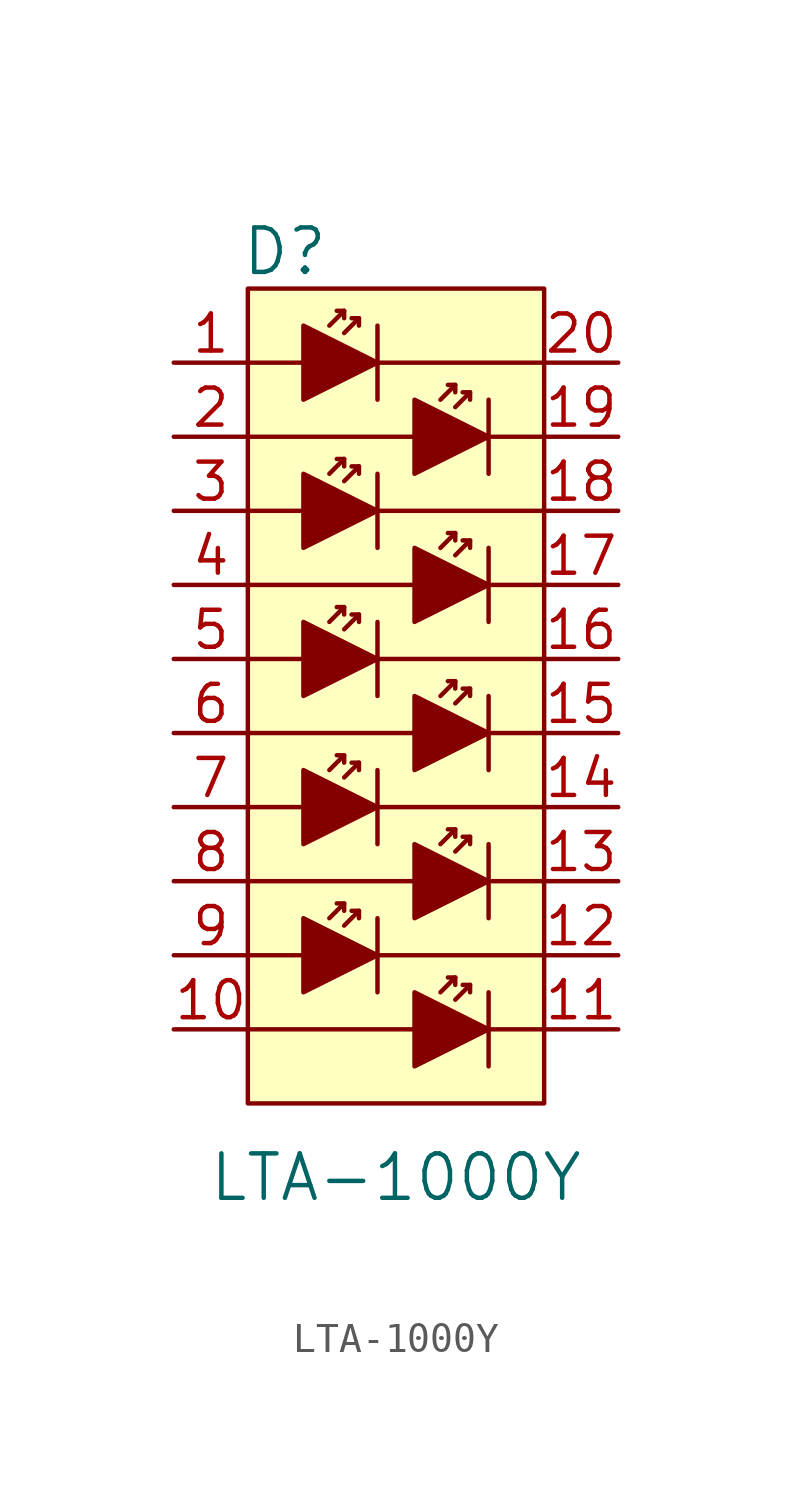
<source format=kicad_sym>
(kicad_symbol_lib
  (version 20201005)
  (generator kicad_symbol_editor)
  (symbol "LTA-1000Y"
    (pin_names
      (offset 0))
    (property "Reference" "D"
      (at -3.81 3.81 0)
      (effects (font (size 1.524 1.524))))
    (property "Value" "LTA-1000Y"
      (at 0 -27.94 0)
      (effects (font (size 1.524 1.524))))
    (symbol "LTA-1000Y_0_1"
      (rectangle (start -5.08 2.54) (end 5.08 -25.4) (stroke (width 0)) (fill (type background)))
      (polyline (pts (xy -5.08 -20.32) (xy -3.175 -20.32)) (stroke (width 0)) (fill (type none)))
      (polyline (pts (xy -5.08 -15.24) (xy -3.175 -15.24)) (stroke (width 0)) (fill (type none)))
      (polyline (pts (xy -5.08 -10.16) (xy -3.175 -10.16)) (stroke (width 0)) (fill (type none)))
      (polyline (pts (xy -5.08 -5.08) (xy -3.175 -5.08)) (stroke (width 0)) (fill (type none)))
      (polyline (pts (xy -3.175 0) (xy -5.08 0)) (stroke (width 0)) (fill (type none)))
      (polyline (pts (xy -1.778 -18.542) (xy -2.286 -19.05)) (stroke (width 0)) (fill (type none)))
      (polyline (pts (xy -1.778 -13.462) (xy -2.286 -13.97)) (stroke (width 0)) (fill (type none)))
      (polyline (pts (xy -1.778 -8.382) (xy -2.286 -8.89)) (stroke (width 0)) (fill (type none)))
      (polyline (pts (xy -1.778 -3.302) (xy -2.286 -3.81)) (stroke (width 0)) (fill (type none)))
      (polyline (pts (xy -1.778 1.778) (xy -2.286 1.27)) (stroke (width 0)) (fill (type none)))
      (polyline (pts (xy -1.27 -18.796) (xy -1.778 -19.304)) (stroke (width 0)) (fill (type none)))
      (polyline (pts (xy -1.27 -13.716) (xy -1.778 -14.224)) (stroke (width 0)) (fill (type none)))
      (polyline (pts (xy -1.27 -8.636) (xy -1.778 -9.144)) (stroke (width 0)) (fill (type none)))
      (polyline (pts (xy -1.27 -3.556) (xy -1.778 -4.064)) (stroke (width 0)) (fill (type none)))
      (polyline (pts (xy -1.27 1.524) (xy -1.778 1.016)) (stroke (width 0)) (fill (type none)))
      (polyline (pts (xy -0.635 -21.59) (xy -0.635 -19.05)) (stroke (width 0)) (fill (type none)))
      (polyline (pts (xy -0.635 -20.32) (xy 5.08 -20.32)) (stroke (width 0)) (fill (type none)))
      (polyline (pts (xy -0.635 -16.51) (xy -0.635 -13.97)) (stroke (width 0)) (fill (type none)))
      (polyline (pts (xy -0.635 -15.24) (xy 5.08 -15.24)) (stroke (width 0)) (fill (type none)))
      (polyline (pts (xy -0.635 -10.16) (xy 5.08 -10.16)) (stroke (width 0)) (fill (type none)))
      (polyline (pts (xy -0.635 -8.89) (xy -0.635 -11.43)) (stroke (width 0)) (fill (type none)))
      (polyline (pts (xy -0.635 -5.08) (xy 5.08 -5.08)) (stroke (width 0)) (fill (type none)))
      (polyline (pts (xy -0.635 -3.81) (xy -0.635 -6.35)) (stroke (width 0)) (fill (type none)))
      (polyline (pts (xy -0.635 0) (xy 5.08 0)) (stroke (width 0)) (fill (type none)))
      (polyline (pts (xy -0.635 1.27) (xy -0.635 -1.27)) (stroke (width 0)) (fill (type none)))
      (polyline (pts (xy 0.635 -22.86) (xy -5.08 -22.86)) (stroke (width 0)) (fill (type none)))
      (polyline (pts (xy 0.635 -17.78) (xy -5.08 -17.78)) (stroke (width 0)) (fill (type none)))
      (polyline (pts (xy 0.635 -12.7) (xy -5.08 -12.7)) (stroke (width 0)) (fill (type none)))
      (polyline (pts (xy 0.635 -7.62) (xy -5.08 -7.62)) (stroke (width 0)) (fill (type none)))
      (polyline (pts (xy 0.635 -2.54) (xy -5.08 -2.54)) (stroke (width 0)) (fill (type none)))
      (polyline (pts (xy 2.032 -21.082) (xy 1.524 -21.59)) (stroke (width 0)) (fill (type none)))
      (polyline (pts (xy 2.032 -16.002) (xy 1.524 -16.51)) (stroke (width 0)) (fill (type none)))
      (polyline (pts (xy 2.032 -10.922) (xy 1.524 -11.43)) (stroke (width 0)) (fill (type none)))
      (polyline (pts (xy 2.032 -5.842) (xy 1.524 -6.35)) (stroke (width 0)) (fill (type none)))
      (polyline (pts (xy 2.032 -0.762) (xy 1.524 -1.27)) (stroke (width 0)) (fill (type none)))
      (polyline (pts (xy 2.54 -21.336) (xy 2.032 -21.844)) (stroke (width 0)) (fill (type none)))
      (polyline (pts (xy 2.54 -16.256) (xy 2.032 -16.764)) (stroke (width 0)) (fill (type none)))
      (polyline (pts (xy 2.54 -11.176) (xy 2.032 -11.684)) (stroke (width 0)) (fill (type none)))
      (polyline (pts (xy 2.54 -6.096) (xy 2.032 -6.604)) (stroke (width 0)) (fill (type none)))
      (polyline (pts (xy 2.54 -1.016) (xy 2.032 -1.524)) (stroke (width 0)) (fill (type none)))
      (polyline (pts (xy 3.175 -22.86) (xy 5.08 -22.86)) (stroke (width 0)) (fill (type none)))
      (polyline (pts (xy 3.175 -21.59) (xy 3.175 -24.13)) (stroke (width 0)) (fill (type none)))
      (polyline (pts (xy 3.175 -17.78) (xy 5.08 -17.78)) (stroke (width 0)) (fill (type none)))
      (polyline (pts (xy 3.175 -16.51) (xy 3.175 -19.05)) (stroke (width 0)) (fill (type none)))
      (polyline (pts (xy 3.175 -12.7) (xy 5.08 -12.7)) (stroke (width 0)) (fill (type none)))
      (polyline (pts (xy 3.175 -11.43) (xy 3.175 -13.97)) (stroke (width 0)) (fill (type none)))
      (polyline (pts (xy 3.175 -7.62) (xy 5.08 -7.62)) (stroke (width 0)) (fill (type none)))
      (polyline (pts (xy 3.175 -6.35) (xy 3.175 -8.89)) (stroke (width 0)) (fill (type none)))
      (polyline (pts (xy 3.175 -2.54) (xy 5.08 -2.54)) (stroke (width 0)) (fill (type none)))
      (polyline (pts (xy 3.175 -1.27) (xy 3.175 -3.81)) (stroke (width 0)) (fill (type none)))
      (polyline (pts (xy -2.032 -18.542) (xy -1.778 -18.542) (xy -1.778 -18.796)) (stroke (width 0)) (fill (type none)))
      (polyline (pts (xy -2.032 -13.462) (xy -1.778 -13.462) (xy -1.778 -13.716)) (stroke (width 0)) (fill (type none)))
      (polyline (pts (xy -2.032 -8.382) (xy -1.778 -8.382) (xy -1.778 -8.636)) (stroke (width 0)) (fill (type none)))
      (polyline (pts (xy -2.032 -3.302) (xy -1.778 -3.302) (xy -1.778 -3.556)) (stroke (width 0)) (fill (type none)))
      (polyline (pts (xy -2.032 1.778) (xy -1.778 1.778) (xy -1.778 1.524)) (stroke (width 0)) (fill (type none)))
      (polyline (pts (xy -1.524 -18.796) (xy -1.27 -18.796) (xy -1.27 -19.05)) (stroke (width 0)) (fill (type none)))
      (polyline (pts (xy -1.524 -13.716) (xy -1.27 -13.716) (xy -1.27 -13.97)) (stroke (width 0)) (fill (type none)))
      (polyline (pts (xy -1.524 -8.636) (xy -1.27 -8.636) (xy -1.27 -8.89)) (stroke (width 0)) (fill (type none)))
      (polyline (pts (xy -1.524 -3.556) (xy -1.27 -3.556) (xy -1.27 -3.81)) (stroke (width 0)) (fill (type none)))
      (polyline (pts (xy -1.524 1.524) (xy -1.27 1.524) (xy -1.27 1.27)) (stroke (width 0)) (fill (type none)))
      (polyline (pts (xy 1.778 -21.082) (xy 2.032 -21.082) (xy 2.032 -21.336)) (stroke (width 0)) (fill (type none)))
      (polyline (pts (xy 1.778 -16.002) (xy 2.032 -16.002) (xy 2.032 -16.256)) (stroke (width 0)) (fill (type none)))
      (polyline (pts (xy 1.778 -10.922) (xy 2.032 -10.922) (xy 2.032 -11.176)) (stroke (width 0)) (fill (type none)))
      (polyline (pts (xy 1.778 -5.842) (xy 2.032 -5.842) (xy 2.032 -6.096)) (stroke (width 0)) (fill (type none)))
      (polyline (pts (xy 1.778 -0.762) (xy 2.032 -0.762) (xy 2.032 -1.016)) (stroke (width 0)) (fill (type none)))
      (polyline (pts (xy 2.286 -21.336) (xy 2.54 -21.336) (xy 2.54 -21.59)) (stroke (width 0)) (fill (type none)))
      (polyline (pts (xy 2.286 -16.256) (xy 2.54 -16.256) (xy 2.54 -16.51)) (stroke (width 0)) (fill (type none)))
      (polyline (pts (xy 2.286 -11.176) (xy 2.54 -11.176) (xy 2.54 -11.43)) (stroke (width 0)) (fill (type none)))
      (polyline (pts (xy 2.286 -6.096) (xy 2.54 -6.096) (xy 2.54 -6.35)) (stroke (width 0)) (fill (type none)))
      (polyline (pts (xy 2.286 -1.016) (xy 2.54 -1.016) (xy 2.54 -1.27)) (stroke (width 0)) (fill (type none)))
      (polyline (pts (xy -3.175 -19.05) (xy -3.175 -21.59) (xy -0.635 -20.32) (xy -3.175 -19.05)) (stroke (width 0)) (fill (type outline)))
      (polyline (pts (xy -3.175 -13.97) (xy -3.175 -16.51) (xy -0.635 -15.24) (xy -3.175 -13.97)) (stroke (width 0)) (fill (type outline)))
      (polyline (pts (xy -3.175 -8.89) (xy -3.175 -11.43) (xy -0.635 -10.16) (xy -3.175 -8.89)) (stroke (width 0)) (fill (type outline)))
      (polyline (pts (xy -3.175 -3.81) (xy -3.175 -6.35) (xy -0.635 -5.08) (xy -3.175 -3.81)) (stroke (width 0)) (fill (type outline)))
      (polyline (pts (xy -3.175 1.27) (xy -3.175 -1.27) (xy -0.635 0) (xy -3.175 1.27)) (stroke (width 0)) (fill (type outline)))
      (polyline (pts (xy 0.635 -21.59) (xy 0.635 -24.13) (xy 3.175 -22.86) (xy 0.635 -21.59)) (stroke (width 0)) (fill (type outline)))
      (polyline (pts (xy 0.635 -16.51) (xy 0.635 -19.05) (xy 3.175 -17.78) (xy 0.635 -16.51)) (stroke (width 0)) (fill (type outline)))
      (polyline (pts (xy 0.635 -11.43) (xy 0.635 -13.97) (xy 3.175 -12.7) (xy 0.635 -11.43)) (stroke (width 0)) (fill (type outline)))
      (polyline (pts (xy 0.635 -6.35) (xy 0.635 -8.89) (xy 3.175 -7.62) (xy 0.635 -6.35)) (stroke (width 0)) (fill (type outline)))
      (polyline (pts (xy 0.635 -1.27) (xy 0.635 -3.81) (xy 3.175 -2.54) (xy 0.635 -1.27)) (stroke (width 0)) (fill (type outline))))
    (symbol "LTA-1000Y_1_1"
      (pin input line (at -7.62 0 0) (length 2.54) (name "~" (effects (font (size 1.27 1.27)))) (number "1" (effects (font (size 1.27 1.27)))))
      (pin input line (at -7.62 -2.54 0) (length 2.54) (name "~" (effects (font (size 1.27 1.27)))) (number "2" (effects (font (size 1.27 1.27)))))
      (pin input line (at -7.62 -5.08 0) (length 2.54) (name "~" (effects (font (size 1.27 1.27)))) (number "3" (effects (font (size 1.27 1.27)))))
      (pin input line (at -7.62 -7.62 0) (length 2.54) (name "~" (effects (font (size 1.27 1.27)))) (number "4" (effects (font (size 1.27 1.27)))))
      (pin input line (at -7.62 -10.16 0) (length 2.54) (name "~" (effects (font (size 1.27 1.27)))) (number "5" (effects (font (size 1.27 1.27)))))
      (pin input line (at -7.62 -12.7 0) (length 2.54) (name "~" (effects (font (size 1.27 1.27)))) (number "6" (effects (font (size 1.27 1.27)))))
      (pin input line (at -7.62 -15.24 0) (length 2.54) (name "~" (effects (font (size 1.27 1.27)))) (number "7" (effects (font (size 1.27 1.27)))))
      (pin input line (at -7.62 -17.78 0) (length 2.54) (name "~" (effects (font (size 1.27 1.27)))) (number "8" (effects (font (size 1.27 1.27)))))
      (pin input line (at -7.62 -20.32 0) (length 2.54) (name "~" (effects (font (size 1.27 1.27)))) (number "9" (effects (font (size 1.27 1.27)))))
      (pin input line (at -7.62 -22.86 0) (length 2.54) (name "~" (effects (font (size 1.27 1.27)))) (number "10" (effects (font (size 1.27 1.27)))))
      (pin output line (at 7.62 0 180) (length 2.54) (name "~" (effects (font (size 1.27 1.27)))) (number "20" (effects (font (size 1.27 1.27)))))
      (pin output line (at 7.62 -22.86 180) (length 2.54) (name "~" (effects (font (size 1.27 1.27)))) (number "11" (effects (font (size 1.27 1.27)))))
      (pin output line (at 7.62 -20.32 180) (length 2.54) (name "~" (effects (font (size 1.27 1.27)))) (number "12" (effects (font (size 1.27 1.27)))))
      (pin output line (at 7.62 -17.78 180) (length 2.54) (name "~" (effects (font (size 1.27 1.27)))) (number "13" (effects (font (size 1.27 1.27)))))
      (pin output line (at 7.62 -15.24 180) (length 2.54) (name "~" (effects (font (size 1.27 1.27)))) (number "14" (effects (font (size 1.27 1.27)))))
      (pin output line (at 7.62 -12.7 180) (length 2.54) (name "~" (effects (font (size 1.27 1.27)))) (number "15" (effects (font (size 1.27 1.27)))))
      (pin output line (at 7.62 -10.16 180) (length 2.54) (name "~" (effects (font (size 1.27 1.27)))) (number "16" (effects (font (size 1.27 1.27)))))
      (pin output line (at 7.62 -7.62 180) (length 2.54) (name "~" (effects (font (size 1.27 1.27)))) (number "17" (effects (font (size 1.27 1.27)))))
      (pin output line (at 7.62 -5.08 180) (length 2.54) (name "~" (effects (font (size 1.27 1.27)))) (number "18" (effects (font (size 1.27 1.27)))))
      (pin output line (at 7.62 -2.54 180) (length 2.54) (name "~" (effects (font (size 1.27 1.27)))) (number "19" (effects (font (size 1.27 1.27))))))))
</source>
